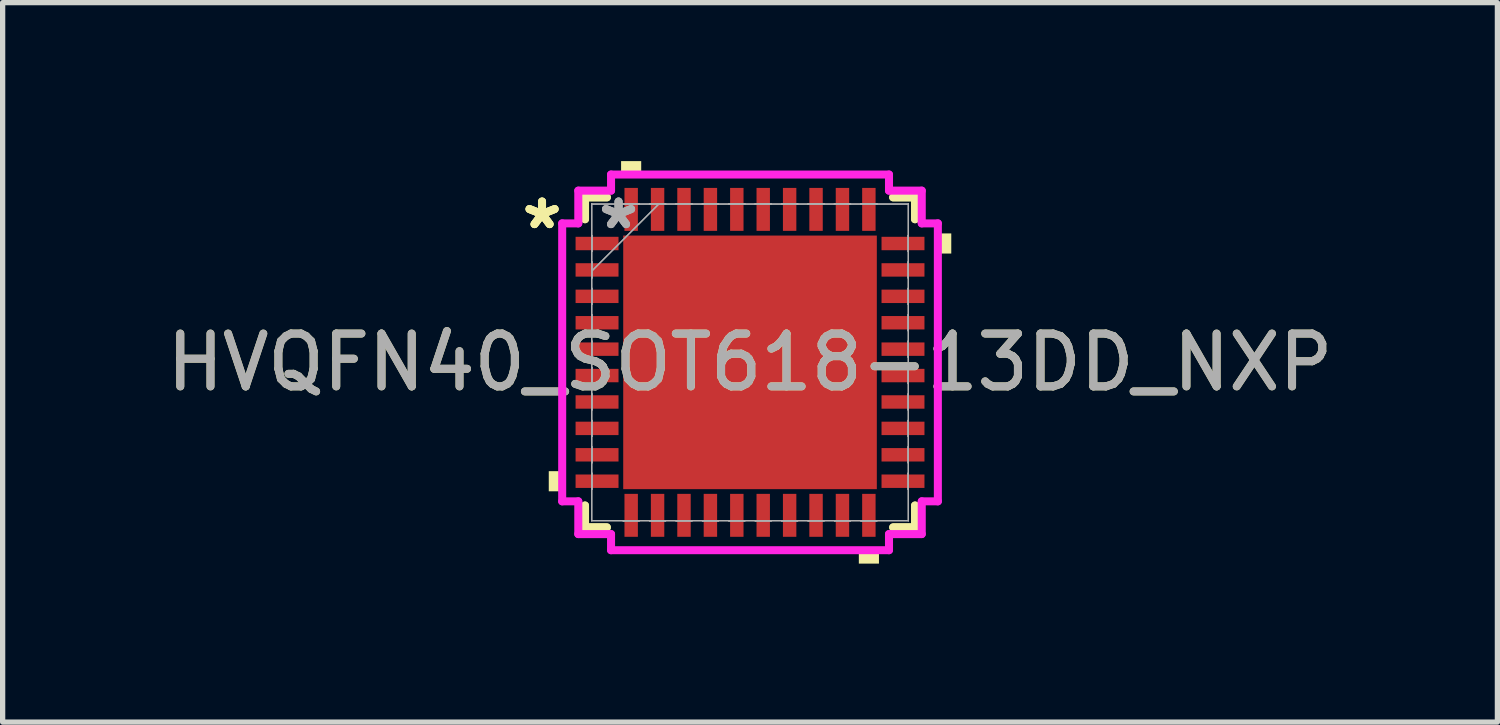
<source format=kicad_pcb>
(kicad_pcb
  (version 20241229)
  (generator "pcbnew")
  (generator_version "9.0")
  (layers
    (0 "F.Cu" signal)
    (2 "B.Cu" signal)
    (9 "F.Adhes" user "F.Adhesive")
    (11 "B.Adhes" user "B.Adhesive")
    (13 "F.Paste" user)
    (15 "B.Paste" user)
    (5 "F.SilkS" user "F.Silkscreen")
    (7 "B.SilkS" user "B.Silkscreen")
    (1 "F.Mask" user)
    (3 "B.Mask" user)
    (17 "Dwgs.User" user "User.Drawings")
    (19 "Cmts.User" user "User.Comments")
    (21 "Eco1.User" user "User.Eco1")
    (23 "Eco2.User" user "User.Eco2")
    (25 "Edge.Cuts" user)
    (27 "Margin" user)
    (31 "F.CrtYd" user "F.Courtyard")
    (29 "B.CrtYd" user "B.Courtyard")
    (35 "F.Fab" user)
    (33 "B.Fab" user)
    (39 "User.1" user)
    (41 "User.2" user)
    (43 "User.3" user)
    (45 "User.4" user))
  (footprint "HVQFN40_SOT618-13DD_NXP"
    (layer "F.Cu")
    (at 11.149 3.81)
    (property "Reference" "HVQFN40_SOT618-13DD_NXP" (at 0 0 0) (unlocked yes) (layer "F.SilkS") (effects (font (size 1 1) (thickness 0.15))))
    (attr smd)
    (fp_line (start -3.124 -3.124) (end -3.124 -2.71) (stroke (width 0.152) (type solid)) (layer "F.SilkS"))
    (fp_line (start -3.124 -3.124) (end -3.124 -2.71) (stroke (width 0.152) (type solid)) (layer "F.SilkS"))
    (fp_line (start -3.124 2.71) (end -3.124 3.124) (stroke (width 0.152) (type solid)) (layer "F.SilkS"))
    (fp_line (start -3.124 2.71) (end -3.124 3.124) (stroke (width 0.152) (type solid)) (layer "F.SilkS"))
    (fp_line (start -3.124 3.124) (end -2.71 3.124) (stroke (width 0.152) (type solid)) (layer "F.SilkS"))
    (fp_line (start -3.124 3.124) (end -2.71 3.124) (stroke (width 0.152) (type solid)) (layer "F.SilkS"))
    (fp_line (start -2.71 -3.124) (end -3.124 -3.124) (stroke (width 0.152) (type solid)) (layer "F.SilkS"))
    (fp_line (start -2.71 -3.124) (end -3.124 -3.124) (stroke (width 0.152) (type solid)) (layer "F.SilkS"))
    (fp_line (start 2.71 3.124) (end 3.124 3.124) (stroke (width 0.152) (type solid)) (layer "F.SilkS"))
    (fp_line (start 2.71 3.124) (end 3.124 3.124) (stroke (width 0.152) (type solid)) (layer "F.SilkS"))
    (fp_line (start 3.124 -3.124) (end 2.71 -3.124) (stroke (width 0.152) (type solid)) (layer "F.SilkS"))
    (fp_line (start 3.124 -3.124) (end 2.71 -3.124) (stroke (width 0.152) (type solid)) (layer "F.SilkS"))
    (fp_line (start 3.124 -2.71) (end 3.124 -3.124) (stroke (width 0.152) (type solid)) (layer "F.SilkS"))
    (fp_line (start 3.124 -2.71) (end 3.124 -3.124) (stroke (width 0.152) (type solid)) (layer "F.SilkS"))
    (fp_line (start 3.124 3.124) (end 3.124 2.71) (stroke (width 0.152) (type solid)) (layer "F.SilkS"))
    (fp_line (start 3.124 3.124) (end 3.124 2.71) (stroke (width 0.152) (type solid)) (layer "F.SilkS"))
    (fp_poly (pts (xy -3.81 2.06) (xy -3.81 2.441) (xy -3.556 2.441) (xy -3.556 2.06)) (stroke (width 0) (type solid)) (fill yes) (layer "F.SilkS"))
    (fp_poly (pts (xy -2.441 -3.556) (xy -2.441 -3.81) (xy -2.06 -3.81) (xy -2.06 -3.556)) (stroke (width 0) (type solid)) (fill yes) (layer "F.SilkS"))
    (fp_poly (pts (xy 2.06 3.556) (xy 2.06 3.81) (xy 2.441 3.81) (xy 2.441 3.556)) (stroke (width 0) (type solid)) (fill yes) (layer "F.SilkS"))
    (fp_poly (pts (xy 3.81 -2.441) (xy 3.81 -2.06) (xy 3.556 -2.06) (xy 3.556 -2.441)) (stroke (width 0) (type solid)) (fill yes) (layer "F.SilkS"))
    (fp_poly (pts (xy -2.3 -2.3) (xy -2.3 -0.9) (xy -0.9 -0.9) (xy -0.9 -2.3)) (stroke (width 0) (type solid)) (fill yes) (layer "F.Paste"))
    (fp_poly (pts (xy -2.3 -0.7) (xy -2.3 0.7) (xy -0.9 0.7) (xy -0.9 -0.7)) (stroke (width 0) (type solid)) (fill yes) (layer "F.Paste"))
    (fp_poly (pts (xy -2.3 0.9) (xy -2.3 2.3) (xy -0.9 2.3) (xy -0.9 0.9)) (stroke (width 0) (type solid)) (fill yes) (layer "F.Paste"))
    (fp_poly (pts (xy -0.7 -2.3) (xy -0.7 -0.9) (xy 0.7 -0.9) (xy 0.7 -2.3)) (stroke (width 0) (type solid)) (fill yes) (layer "F.Paste"))
    (fp_poly (pts (xy -0.7 -0.7) (xy -0.7 0.7) (xy 0.7 0.7) (xy 0.7 -0.7)) (stroke (width 0) (type solid)) (fill yes) (layer "F.Paste"))
    (fp_poly (pts (xy -0.7 0.9) (xy -0.7 2.3) (xy 0.7 2.3) (xy 0.7 0.9)) (stroke (width 0) (type solid)) (fill yes) (layer "F.Paste"))
    (fp_poly (pts (xy 0.9 -2.3) (xy 0.9 -0.9) (xy 2.3 -0.9) (xy 2.3 -2.3)) (stroke (width 0) (type solid)) (fill yes) (layer "F.Paste"))
    (fp_poly (pts (xy 0.9 -0.7) (xy 0.9 0.7) (xy 2.3 0.7) (xy 2.3 -0.7)) (stroke (width 0) (type solid)) (fill yes) (layer "F.Paste"))
    (fp_poly (pts (xy 0.9 0.9) (xy 0.9 2.3) (xy 2.3 2.3) (xy 2.3 0.9)) (stroke (width 0) (type solid)) (fill yes) (layer "F.Paste"))
    (fp_line (start -3.556 -2.631) (end -3.251 -2.631) (stroke (width 0.152) (type solid)) (layer "F.CrtYd"))
    (fp_line (start -3.556 2.631) (end -3.556 -2.631) (stroke (width 0.152) (type solid)) (layer "F.CrtYd"))
    (fp_line (start -3.251 -3.251) (end -2.631 -3.251) (stroke (width 0.152) (type solid)) (layer "F.CrtYd"))
    (fp_line (start -3.251 -2.631) (end -3.251 -3.251) (stroke (width 0.152) (type solid)) (layer "F.CrtYd"))
    (fp_line (start -3.251 2.631) (end -3.556 2.631) (stroke (width 0.152) (type solid)) (layer "F.CrtYd"))
    (fp_line (start -3.251 3.251) (end -3.251 2.631) (stroke (width 0.152) (type solid)) (layer "F.CrtYd"))
    (fp_line (start -2.631 -3.556) (end 2.631 -3.556) (stroke (width 0.152) (type solid)) (layer "F.CrtYd"))
    (fp_line (start -2.631 -3.251) (end -2.631 -3.556) (stroke (width 0.152) (type solid)) (layer "F.CrtYd"))
    (fp_line (start -2.631 3.251) (end -3.251 3.251) (stroke (width 0.152) (type solid)) (layer "F.CrtYd"))
    (fp_line (start -2.631 3.556) (end -2.631 3.251) (stroke (width 0.152) (type solid)) (layer "F.CrtYd"))
    (fp_line (start 2.631 -3.556) (end 2.631 -3.251) (stroke (width 0.152) (type solid)) (layer "F.CrtYd"))
    (fp_line (start 2.631 -3.251) (end 3.251 -3.251) (stroke (width 0.152) (type solid)) (layer "F.CrtYd"))
    (fp_line (start 2.631 3.251) (end 2.631 3.556) (stroke (width 0.152) (type solid)) (layer "F.CrtYd"))
    (fp_line (start 2.631 3.556) (end -2.631 3.556) (stroke (width 0.152) (type solid)) (layer "F.CrtYd"))
    (fp_line (start 3.251 -3.251) (end 3.251 -2.631) (stroke (width 0.152) (type solid)) (layer "F.CrtYd"))
    (fp_line (start 3.251 -2.631) (end 3.556 -2.631) (stroke (width 0.152) (type solid)) (layer "F.CrtYd"))
    (fp_line (start 3.251 2.631) (end 3.251 3.251) (stroke (width 0.152) (type solid)) (layer "F.CrtYd"))
    (fp_line (start 3.251 3.251) (end 2.631 3.251) (stroke (width 0.152) (type solid)) (layer "F.CrtYd"))
    (fp_line (start 3.556 -2.631) (end 3.556 2.631) (stroke (width 0.152) (type solid)) (layer "F.CrtYd"))
    (fp_line (start 3.556 2.631) (end 3.251 2.631) (stroke (width 0.152) (type solid)) (layer "F.CrtYd"))
    (fp_line (start -2.997 -2.997) (end -2.997 -2.997) (stroke (width 0.025) (type solid)) (layer "F.Fab"))
    (fp_line (start -2.997 -2.997) (end -2.997 -2.997) (stroke (width 0.025) (type solid)) (layer "F.Fab"))
    (fp_line (start -2.997 -2.997) (end -2.997 2.997) (stroke (width 0.025) (type solid)) (layer "F.Fab"))
    (fp_line (start -2.997 -2.997) (end -2.997 2.997) (stroke (width 0.025) (type solid)) (layer "F.Fab"))
    (fp_line (start -2.997 -2.402) (end -2.997 -2.402) (stroke (width 0.025) (type solid)) (layer "F.Fab"))
    (fp_line (start -2.997 -2.402) (end -2.997 -2.402) (stroke (width 0.025) (type solid)) (layer "F.Fab"))
    (fp_line (start -2.997 -2.402) (end -2.997 -2.098) (stroke (width 0.025) (type solid)) (layer "F.Fab"))
    (fp_line (start -2.997 -2.402) (end -2.997 -2.098) (stroke (width 0.025) (type solid)) (layer "F.Fab"))
    (fp_line (start -2.997 -2.098) (end -2.997 -2.402) (stroke (width 0.025) (type solid)) (layer "F.Fab"))
    (fp_line (start -2.997 -2.098) (end -2.997 -2.402) (stroke (width 0.025) (type solid)) (layer "F.Fab"))
    (fp_line (start -2.997 -2.098) (end -2.997 -2.098) (stroke (width 0.025) (type solid)) (layer "F.Fab"))
    (fp_line (start -2.997 -2.098) (end -2.997 -2.098) (stroke (width 0.025) (type solid)) (layer "F.Fab"))
    (fp_line (start -2.997 -1.902) (end -2.997 -1.902) (stroke (width 0.025) (type solid)) (layer "F.Fab"))
    (fp_line (start -2.997 -1.902) (end -2.997 -1.902) (stroke (width 0.025) (type solid)) (layer "F.Fab"))
    (fp_line (start -2.997 -1.902) (end -2.997 -1.598) (stroke (width 0.025) (type solid)) (layer "F.Fab"))
    (fp_line (start -2.997 -1.902) (end -2.997 -1.598) (stroke (width 0.025) (type solid)) (layer "F.Fab"))
    (fp_line (start -2.997 -1.727) (end -1.727 -2.997) (stroke (width 0.025) (type solid)) (layer "F.Fab"))
    (fp_line (start -2.997 -1.727) (end -1.727 -2.997) (stroke (width 0.025) (type solid)) (layer "F.Fab"))
    (fp_line (start -2.997 -1.598) (end -2.997 -1.902) (stroke (width 0.025) (type solid)) (layer "F.Fab"))
    (fp_line (start -2.997 -1.598) (end -2.997 -1.902) (stroke (width 0.025) (type solid)) (layer "F.Fab"))
    (fp_line (start -2.997 -1.598) (end -2.997 -1.598) (stroke (width 0.025) (type solid)) (layer "F.Fab"))
    (fp_line (start -2.997 -1.598) (end -2.997 -1.598) (stroke (width 0.025) (type solid)) (layer "F.Fab"))
    (fp_line (start -2.997 -1.402) (end -2.997 -1.402) (stroke (width 0.025) (type solid)) (layer "F.Fab"))
    (fp_line (start -2.997 -1.402) (end -2.997 -1.402) (stroke (width 0.025) (type solid)) (layer "F.Fab"))
    (fp_line (start -2.997 -1.402) (end -2.997 -1.098) (stroke (width 0.025) (type solid)) (layer "F.Fab"))
    (fp_line (start -2.997 -1.402) (end -2.997 -1.098) (stroke (width 0.025) (type solid)) (layer "F.Fab"))
    (fp_line (start -2.997 -1.098) (end -2.997 -1.402) (stroke (width 0.025) (type solid)) (layer "F.Fab"))
    (fp_line (start -2.997 -1.098) (end -2.997 -1.402) (stroke (width 0.025) (type solid)) (layer "F.Fab"))
    (fp_line (start -2.997 -1.098) (end -2.997 -1.098) (stroke (width 0.025) (type solid)) (layer "F.Fab"))
    (fp_line (start -2.997 -1.098) (end -2.997 -1.098) (stroke (width 0.025) (type solid)) (layer "F.Fab"))
    (fp_line (start -2.997 -0.902) (end -2.997 -0.902) (stroke (width 0.025) (type solid)) (layer "F.Fab"))
    (fp_line (start -2.997 -0.902) (end -2.997 -0.902) (stroke (width 0.025) (type solid)) (layer "F.Fab"))
    (fp_line (start -2.997 -0.902) (end -2.997 -0.598) (stroke (width 0.025) (type solid)) (layer "F.Fab"))
    (fp_line (start -2.997 -0.902) (end -2.997 -0.598) (stroke (width 0.025) (type solid)) (layer "F.Fab"))
    (fp_line (start -2.997 -0.598) (end -2.997 -0.902) (stroke (width 0.025) (type solid)) (layer "F.Fab"))
    (fp_line (start -2.997 -0.598) (end -2.997 -0.902) (stroke (width 0.025) (type solid)) (layer "F.Fab"))
    (fp_line (start -2.997 -0.598) (end -2.997 -0.598) (stroke (width 0.025) (type solid)) (layer "F.Fab"))
    (fp_line (start -2.997 -0.598) (end -2.997 -0.598) (stroke (width 0.025) (type solid)) (layer "F.Fab"))
    (fp_line (start -2.997 -0.402) (end -2.997 -0.402) (stroke (width 0.025) (type solid)) (layer "F.Fab"))
    (fp_line (start -2.997 -0.402) (end -2.997 -0.402) (stroke (width 0.025) (type solid)) (layer "F.Fab"))
    (fp_line (start -2.997 -0.402) (end -2.997 -0.098) (stroke (width 0.025) (type solid)) (layer "F.Fab"))
    (fp_line (start -2.997 -0.402) (end -2.997 -0.098) (stroke (width 0.025) (type solid)) (layer "F.Fab"))
    (fp_line (start -2.997 -0.098) (end -2.997 -0.402) (stroke (width 0.025) (type solid)) (layer "F.Fab"))
    (fp_line (start -2.997 -0.098) (end -2.997 -0.402) (stroke (width 0.025) (type solid)) (layer "F.Fab"))
    (fp_line (start -2.997 -0.098) (end -2.997 -0.098) (stroke (width 0.025) (type solid)) (layer "F.Fab"))
    (fp_line (start -2.997 -0.098) (end -2.997 -0.098) (stroke (width 0.025) (type solid)) (layer "F.Fab"))
    (fp_line (start -2.997 0.098) (end -2.997 0.098) (stroke (width 0.025) (type solid)) (layer "F.Fab"))
    (fp_line (start -2.997 0.098) (end -2.997 0.098) (stroke (width 0.025) (type solid)) (layer "F.Fab"))
    (fp_line (start -2.997 0.098) (end -2.997 0.402) (stroke (width 0.025) (type solid)) (layer "F.Fab"))
    (fp_line (start -2.997 0.098) (end -2.997 0.402) (stroke (width 0.025) (type solid)) (layer "F.Fab"))
    (fp_line (start -2.997 0.402) (end -2.997 0.098) (stroke (width 0.025) (type solid)) (layer "F.Fab"))
    (fp_line (start -2.997 0.402) (end -2.997 0.098) (stroke (width 0.025) (type solid)) (layer "F.Fab"))
    (fp_line (start -2.997 0.402) (end -2.997 0.402) (stroke (width 0.025) (type solid)) (layer "F.Fab"))
    (fp_line (start -2.997 0.402) (end -2.997 0.402) (stroke (width 0.025) (type solid)) (layer "F.Fab"))
    (fp_line (start -2.997 0.598) (end -2.997 0.598) (stroke (width 0.025) (type solid)) (layer "F.Fab"))
    (fp_line (start -2.997 0.598) (end -2.997 0.598) (stroke (width 0.025) (type solid)) (layer "F.Fab"))
    (fp_line (start -2.997 0.598) (end -2.997 0.902) (stroke (width 0.025) (type solid)) (layer "F.Fab"))
    (fp_line (start -2.997 0.598) (end -2.997 0.902) (stroke (width 0.025) (type solid)) (layer "F.Fab"))
    (fp_line (start -2.997 0.902) (end -2.997 0.598) (stroke (width 0.025) (type solid)) (layer "F.Fab"))
    (fp_line (start -2.997 0.902) (end -2.997 0.598) (stroke (width 0.025) (type solid)) (layer "F.Fab"))
    (fp_line (start -2.997 0.902) (end -2.997 0.902) (stroke (width 0.025) (type solid)) (layer "F.Fab"))
    (fp_line (start -2.997 0.902) (end -2.997 0.902) (stroke (width 0.025) (type solid)) (layer "F.Fab"))
    (fp_line (start -2.997 1.098) (end -2.997 1.098) (stroke (width 0.025) (type solid)) (layer "F.Fab"))
    (fp_line (start -2.997 1.098) (end -2.997 1.098) (stroke (width 0.025) (type solid)) (layer "F.Fab"))
    (fp_line (start -2.997 1.098) (end -2.997 1.402) (stroke (width 0.025) (type solid)) (layer "F.Fab"))
    (fp_line (start -2.997 1.098) (end -2.997 1.402) (stroke (width 0.025) (type solid)) (layer "F.Fab"))
    (fp_line (start -2.997 1.402) (end -2.997 1.098) (stroke (width 0.025) (type solid)) (layer "F.Fab"))
    (fp_line (start -2.997 1.402) (end -2.997 1.098) (stroke (width 0.025) (type solid)) (layer "F.Fab"))
    (fp_line (start -2.997 1.402) (end -2.997 1.402) (stroke (width 0.025) (type solid)) (layer "F.Fab"))
    (fp_line (start -2.997 1.402) (end -2.997 1.402) (stroke (width 0.025) (type solid)) (layer "F.Fab"))
    (fp_line (start -2.997 1.598) (end -2.997 1.598) (stroke (width 0.025) (type solid)) (layer "F.Fab"))
    (fp_line (start -2.997 1.598) (end -2.997 1.598) (stroke (width 0.025) (type solid)) (layer "F.Fab"))
    (fp_line (start -2.997 1.598) (end -2.997 1.902) (stroke (width 0.025) (type solid)) (layer "F.Fab"))
    (fp_line (start -2.997 1.598) (end -2.997 1.902) (stroke (width 0.025) (type solid)) (layer "F.Fab"))
    (fp_line (start -2.997 1.902) (end -2.997 1.598) (stroke (width 0.025) (type solid)) (layer "F.Fab"))
    (fp_line (start -2.997 1.902) (end -2.997 1.598) (stroke (width 0.025) (type solid)) (layer "F.Fab"))
    (fp_line (start -2.997 1.902) (end -2.997 1.902) (stroke (width 0.025) (type solid)) (layer "F.Fab"))
    (fp_line (start -2.997 1.902) (end -2.997 1.902) (stroke (width 0.025) (type solid)) (layer "F.Fab"))
    (fp_line (start -2.997 2.098) (end -2.997 2.098) (stroke (width 0.025) (type solid)) (layer "F.Fab"))
    (fp_line (start -2.997 2.098) (end -2.997 2.098) (stroke (width 0.025) (type solid)) (layer "F.Fab"))
    (fp_line (start -2.997 2.098) (end -2.997 2.402) (stroke (width 0.025) (type solid)) (layer "F.Fab"))
    (fp_line (start -2.997 2.098) (end -2.997 2.402) (stroke (width 0.025) (type solid)) (layer "F.Fab"))
    (fp_line (start -2.997 2.402) (end -2.997 2.098) (stroke (width 0.025) (type solid)) (layer "F.Fab"))
    (fp_line (start -2.997 2.402) (end -2.997 2.098) (stroke (width 0.025) (type solid)) (layer "F.Fab"))
    (fp_line (start -2.997 2.402) (end -2.997 2.402) (stroke (width 0.025) (type solid)) (layer "F.Fab"))
    (fp_line (start -2.997 2.402) (end -2.997 2.402) (stroke (width 0.025) (type solid)) (layer "F.Fab"))
    (fp_line (start -2.997 2.997) (end -2.997 2.997) (stroke (width 0.025) (type solid)) (layer "F.Fab"))
    (fp_line (start -2.997 2.997) (end -2.997 2.997) (stroke (width 0.025) (type solid)) (layer "F.Fab"))
    (fp_line (start -2.997 2.997) (end 2.997 2.997) (stroke (width 0.025) (type solid)) (layer "F.Fab"))
    (fp_line (start -2.997 2.997) (end 2.997 2.997) (stroke (width 0.025) (type solid)) (layer "F.Fab"))
    (fp_line (start -2.402 -2.997) (end -2.402 -2.997) (stroke (width 0.025) (type solid)) (layer "F.Fab"))
    (fp_line (start -2.402 -2.997) (end -2.402 -2.997) (stroke (width 0.025) (type solid)) (layer "F.Fab"))
    (fp_line (start -2.402 -2.997) (end -2.098 -2.997) (stroke (width 0.025) (type solid)) (layer "F.Fab"))
    (fp_line (start -2.402 -2.997) (end -2.098 -2.997) (stroke (width 0.025) (type solid)) (layer "F.Fab"))
    (fp_line (start -2.402 2.997) (end -2.402 2.997) (stroke (width 0.025) (type solid)) (layer "F.Fab"))
    (fp_line (start -2.402 2.997) (end -2.402 2.997) (stroke (width 0.025) (type solid)) (layer "F.Fab"))
    (fp_line (start -2.402 2.997) (end -2.098 2.997) (stroke (width 0.025) (type solid)) (layer "F.Fab"))
    (fp_line (start -2.402 2.997) (end -2.098 2.997) (stroke (width 0.025) (type solid)) (layer "F.Fab"))
    (fp_line (start -2.098 -2.997) (end -2.402 -2.997) (stroke (width 0.025) (type solid)) (layer "F.Fab"))
    (fp_line (start -2.098 -2.997) (end -2.402 -2.997) (stroke (width 0.025) (type solid)) (layer "F.Fab"))
    (fp_line (start -2.098 -2.997) (end -2.098 -2.997) (stroke (width 0.025) (type solid)) (layer "F.Fab"))
    (fp_line (start -2.098 -2.997) (end -2.098 -2.997) (stroke (width 0.025) (type solid)) (layer "F.Fab"))
    (fp_line (start -2.098 2.997) (end -2.402 2.997) (stroke (width 0.025) (type solid)) (layer "F.Fab"))
    (fp_line (start -2.098 2.997) (end -2.402 2.997) (stroke (width 0.025) (type solid)) (layer "F.Fab"))
    (fp_line (start -2.098 2.997) (end -2.098 2.997) (stroke (width 0.025) (type solid)) (layer "F.Fab"))
    (fp_line (start -2.098 2.997) (end -2.098 2.997) (stroke (width 0.025) (type solid)) (layer "F.Fab"))
    (fp_line (start -1.902 -2.997) (end -1.902 -2.997) (stroke (width 0.025) (type solid)) (layer "F.Fab"))
    (fp_line (start -1.902 -2.997) (end -1.902 -2.997) (stroke (width 0.025) (type solid)) (layer "F.Fab"))
    (fp_line (start -1.902 -2.997) (end -1.598 -2.997) (stroke (width 0.025) (type solid)) (layer "F.Fab"))
    (fp_line (start -1.902 -2.997) (end -1.598 -2.997) (stroke (width 0.025) (type solid)) (layer "F.Fab"))
    (fp_line (start -1.902 2.997) (end -1.902 2.997) (stroke (width 0.025) (type solid)) (layer "F.Fab"))
    (fp_line (start -1.902 2.997) (end -1.902 2.997) (stroke (width 0.025) (type solid)) (layer "F.Fab"))
    (fp_line (start -1.902 2.997) (end -1.598 2.997) (stroke (width 0.025) (type solid)) (layer "F.Fab"))
    (fp_line (start -1.902 2.997) (end -1.598 2.997) (stroke (width 0.025) (type solid)) (layer "F.Fab"))
    (fp_line (start -1.598 -2.997) (end -1.902 -2.997) (stroke (width 0.025) (type solid)) (layer "F.Fab"))
    (fp_line (start -1.598 -2.997) (end -1.902 -2.997) (stroke (width 0.025) (type solid)) (layer "F.Fab"))
    (fp_line (start -1.598 -2.997) (end -1.598 -2.997) (stroke (width 0.025) (type solid)) (layer "F.Fab"))
    (fp_line (start -1.598 -2.997) (end -1.598 -2.997) (stroke (width 0.025) (type solid)) (layer "F.Fab"))
    (fp_line (start -1.598 2.997) (end -1.902 2.997) (stroke (width 0.025) (type solid)) (layer "F.Fab"))
    (fp_line (start -1.598 2.997) (end -1.902 2.997) (stroke (width 0.025) (type solid)) (layer "F.Fab"))
    (fp_line (start -1.598 2.997) (end -1.598 2.997) (stroke (width 0.025) (type solid)) (layer "F.Fab"))
    (fp_line (start -1.598 2.997) (end -1.598 2.997) (stroke (width 0.025) (type solid)) (layer "F.Fab"))
    (fp_line (start -1.402 -2.997) (end -1.402 -2.997) (stroke (width 0.025) (type solid)) (layer "F.Fab"))
    (fp_line (start -1.402 -2.997) (end -1.402 -2.997) (stroke (width 0.025) (type solid)) (layer "F.Fab"))
    (fp_line (start -1.402 -2.997) (end -1.098 -2.997) (stroke (width 0.025) (type solid)) (layer "F.Fab"))
    (fp_line (start -1.402 -2.997) (end -1.098 -2.997) (stroke (width 0.025) (type solid)) (layer "F.Fab"))
    (fp_line (start -1.402 2.997) (end -1.402 2.997) (stroke (width 0.025) (type solid)) (layer "F.Fab"))
    (fp_line (start -1.402 2.997) (end -1.402 2.997) (stroke (width 0.025) (type solid)) (layer "F.Fab"))
    (fp_line (start -1.402 2.997) (end -1.098 2.997) (stroke (width 0.025) (type solid)) (layer "F.Fab"))
    (fp_line (start -1.402 2.997) (end -1.098 2.997) (stroke (width 0.025) (type solid)) (layer "F.Fab"))
    (fp_line (start -1.098 -2.997) (end -1.402 -2.997) (stroke (width 0.025) (type solid)) (layer "F.Fab"))
    (fp_line (start -1.098 -2.997) (end -1.402 -2.997) (stroke (width 0.025) (type solid)) (layer "F.Fab"))
    (fp_line (start -1.098 -2.997) (end -1.098 -2.997) (stroke (width 0.025) (type solid)) (layer "F.Fab"))
    (fp_line (start -1.098 -2.997) (end -1.098 -2.997) (stroke (width 0.025) (type solid)) (layer "F.Fab"))
    (fp_line (start -1.098 2.997) (end -1.402 2.997) (stroke (width 0.025) (type solid)) (layer "F.Fab"))
    (fp_line (start -1.098 2.997) (end -1.402 2.997) (stroke (width 0.025) (type solid)) (layer "F.Fab"))
    (fp_line (start -1.098 2.997) (end -1.098 2.997) (stroke (width 0.025) (type solid)) (layer "F.Fab"))
    (fp_line (start -1.098 2.997) (end -1.098 2.997) (stroke (width 0.025) (type solid)) (layer "F.Fab"))
    (fp_line (start -0.902 -2.997) (end -0.902 -2.997) (stroke (width 0.025) (type solid)) (layer "F.Fab"))
    (fp_line (start -0.902 -2.997) (end -0.902 -2.997) (stroke (width 0.025) (type solid)) (layer "F.Fab"))
    (fp_line (start -0.902 -2.997) (end -0.598 -2.997) (stroke (width 0.025) (type solid)) (layer "F.Fab"))
    (fp_line (start -0.902 -2.997) (end -0.598 -2.997) (stroke (width 0.025) (type solid)) (layer "F.Fab"))
    (fp_line (start -0.902 2.997) (end -0.902 2.997) (stroke (width 0.025) (type solid)) (layer "F.Fab"))
    (fp_line (start -0.902 2.997) (end -0.902 2.997) (stroke (width 0.025) (type solid)) (layer "F.Fab"))
    (fp_line (start -0.902 2.997) (end -0.598 2.997) (stroke (width 0.025) (type solid)) (layer "F.Fab"))
    (fp_line (start -0.902 2.997) (end -0.598 2.997) (stroke (width 0.025) (type solid)) (layer "F.Fab"))
    (fp_line (start -0.598 -2.997) (end -0.902 -2.997) (stroke (width 0.025) (type solid)) (layer "F.Fab"))
    (fp_line (start -0.598 -2.997) (end -0.902 -2.997) (stroke (width 0.025) (type solid)) (layer "F.Fab"))
    (fp_line (start -0.598 -2.997) (end -0.598 -2.997) (stroke (width 0.025) (type solid)) (layer "F.Fab"))
    (fp_line (start -0.598 -2.997) (end -0.598 -2.997) (stroke (width 0.025) (type solid)) (layer "F.Fab"))
    (fp_line (start -0.598 2.997) (end -0.902 2.997) (stroke (width 0.025) (type solid)) (layer "F.Fab"))
    (fp_line (start -0.598 2.997) (end -0.902 2.997) (stroke (width 0.025) (type solid)) (layer "F.Fab"))
    (fp_line (start -0.598 2.997) (end -0.598 2.997) (stroke (width 0.025) (type solid)) (layer "F.Fab"))
    (fp_line (start -0.598 2.997) (end -0.598 2.997) (stroke (width 0.025) (type solid)) (layer "F.Fab"))
    (fp_line (start -0.402 -2.997) (end -0.402 -2.997) (stroke (width 0.025) (type solid)) (layer "F.Fab"))
    (fp_line (start -0.402 -2.997) (end -0.402 -2.997) (stroke (width 0.025) (type solid)) (layer "F.Fab"))
    (fp_line (start -0.402 -2.997) (end -0.098 -2.997) (stroke (width 0.025) (type solid)) (layer "F.Fab"))
    (fp_line (start -0.402 -2.997) (end -0.098 -2.997) (stroke (width 0.025) (type solid)) (layer "F.Fab"))
    (fp_line (start -0.402 2.997) (end -0.402 2.997) (stroke (width 0.025) (type solid)) (layer "F.Fab"))
    (fp_line (start -0.402 2.997) (end -0.402 2.997) (stroke (width 0.025) (type solid)) (layer "F.Fab"))
    (fp_line (start -0.402 2.997) (end -0.098 2.997) (stroke (width 0.025) (type solid)) (layer "F.Fab"))
    (fp_line (start -0.402 2.997) (end -0.098 2.997) (stroke (width 0.025) (type solid)) (layer "F.Fab"))
    (fp_line (start -0.098 -2.997) (end -0.402 -2.997) (stroke (width 0.025) (type solid)) (layer "F.Fab"))
    (fp_line (start -0.098 -2.997) (end -0.402 -2.997) (stroke (width 0.025) (type solid)) (layer "F.Fab"))
    (fp_line (start -0.098 -2.997) (end -0.098 -2.997) (stroke (width 0.025) (type solid)) (layer "F.Fab"))
    (fp_line (start -0.098 -2.997) (end -0.098 -2.997) (stroke (width 0.025) (type solid)) (layer "F.Fab"))
    (fp_line (start -0.098 2.997) (end -0.402 2.997) (stroke (width 0.025) (type solid)) (layer "F.Fab"))
    (fp_line (start -0.098 2.997) (end -0.402 2.997) (stroke (width 0.025) (type solid)) (layer "F.Fab"))
    (fp_line (start -0.098 2.997) (end -0.098 2.997) (stroke (width 0.025) (type solid)) (layer "F.Fab"))
    (fp_line (start -0.098 2.997) (end -0.098 2.997) (stroke (width 0.025) (type solid)) (layer "F.Fab"))
    (fp_line (start 0.098 -2.997) (end 0.098 -2.997) (stroke (width 0.025) (type solid)) (layer "F.Fab"))
    (fp_line (start 0.098 -2.997) (end 0.098 -2.997) (stroke (width 0.025) (type solid)) (layer "F.Fab"))
    (fp_line (start 0.098 -2.997) (end 0.402 -2.997) (stroke (width 0.025) (type solid)) (layer "F.Fab"))
    (fp_line (start 0.098 -2.997) (end 0.402 -2.997) (stroke (width 0.025) (type solid)) (layer "F.Fab"))
    (fp_line (start 0.098 2.997) (end 0.098 2.997) (stroke (width 0.025) (type solid)) (layer "F.Fab"))
    (fp_line (start 0.098 2.997) (end 0.098 2.997) (stroke (width 0.025) (type solid)) (layer "F.Fab"))
    (fp_line (start 0.098 2.997) (end 0.402 2.997) (stroke (width 0.025) (type solid)) (layer "F.Fab"))
    (fp_line (start 0.098 2.997) (end 0.402 2.997) (stroke (width 0.025) (type solid)) (layer "F.Fab"))
    (fp_line (start 0.402 -2.997) (end 0.098 -2.997) (stroke (width 0.025) (type solid)) (layer "F.Fab"))
    (fp_line (start 0.402 -2.997) (end 0.098 -2.997) (stroke (width 0.025) (type solid)) (layer "F.Fab"))
    (fp_line (start 0.402 -2.997) (end 0.402 -2.997) (stroke (width 0.025) (type solid)) (layer "F.Fab"))
    (fp_line (start 0.402 -2.997) (end 0.402 -2.997) (stroke (width 0.025) (type solid)) (layer "F.Fab"))
    (fp_line (start 0.402 2.997) (end 0.098 2.997) (stroke (width 0.025) (type solid)) (layer "F.Fab"))
    (fp_line (start 0.402 2.997) (end 0.098 2.997) (stroke (width 0.025) (type solid)) (layer "F.Fab"))
    (fp_line (start 0.402 2.997) (end 0.402 2.997) (stroke (width 0.025) (type solid)) (layer "F.Fab"))
    (fp_line (start 0.402 2.997) (end 0.402 2.997) (stroke (width 0.025) (type solid)) (layer "F.Fab"))
    (fp_line (start 0.598 -2.997) (end 0.598 -2.997) (stroke (width 0.025) (type solid)) (layer "F.Fab"))
    (fp_line (start 0.598 -2.997) (end 0.598 -2.997) (stroke (width 0.025) (type solid)) (layer "F.Fab"))
    (fp_line (start 0.598 -2.997) (end 0.902 -2.997) (stroke (width 0.025) (type solid)) (layer "F.Fab"))
    (fp_line (start 0.598 -2.997) (end 0.902 -2.997) (stroke (width 0.025) (type solid)) (layer "F.Fab"))
    (fp_line (start 0.598 2.997) (end 0.598 2.997) (stroke (width 0.025) (type solid)) (layer "F.Fab"))
    (fp_line (start 0.598 2.997) (end 0.598 2.997) (stroke (width 0.025) (type solid)) (layer "F.Fab"))
    (fp_line (start 0.598 2.997) (end 0.902 2.997) (stroke (width 0.025) (type solid)) (layer "F.Fab"))
    (fp_line (start 0.598 2.997) (end 0.902 2.997) (stroke (width 0.025) (type solid)) (layer "F.Fab"))
    (fp_line (start 0.902 -2.997) (end 0.598 -2.997) (stroke (width 0.025) (type solid)) (layer "F.Fab"))
    (fp_line (start 0.902 -2.997) (end 0.598 -2.997) (stroke (width 0.025) (type solid)) (layer "F.Fab"))
    (fp_line (start 0.902 -2.997) (end 0.902 -2.997) (stroke (width 0.025) (type solid)) (layer "F.Fab"))
    (fp_line (start 0.902 -2.997) (end 0.902 -2.997) (stroke (width 0.025) (type solid)) (layer "F.Fab"))
    (fp_line (start 0.902 2.997) (end 0.598 2.997) (stroke (width 0.025) (type solid)) (layer "F.Fab"))
    (fp_line (start 0.902 2.997) (end 0.598 2.997) (stroke (width 0.025) (type solid)) (layer "F.Fab"))
    (fp_line (start 0.902 2.997) (end 0.902 2.997) (stroke (width 0.025) (type solid)) (layer "F.Fab"))
    (fp_line (start 0.902 2.997) (end 0.902 2.997) (stroke (width 0.025) (type solid)) (layer "F.Fab"))
    (fp_line (start 1.098 -2.997) (end 1.098 -2.997) (stroke (width 0.025) (type solid)) (layer "F.Fab"))
    (fp_line (start 1.098 -2.997) (end 1.098 -2.997) (stroke (width 0.025) (type solid)) (layer "F.Fab"))
    (fp_line (start 1.098 -2.997) (end 1.402 -2.997) (stroke (width 0.025) (type solid)) (layer "F.Fab"))
    (fp_line (start 1.098 -2.997) (end 1.402 -2.997) (stroke (width 0.025) (type solid)) (layer "F.Fab"))
    (fp_line (start 1.098 2.997) (end 1.098 2.997) (stroke (width 0.025) (type solid)) (layer "F.Fab"))
    (fp_line (start 1.098 2.997) (end 1.098 2.997) (stroke (width 0.025) (type solid)) (layer "F.Fab"))
    (fp_line (start 1.098 2.997) (end 1.402 2.997) (stroke (width 0.025) (type solid)) (layer "F.Fab"))
    (fp_line (start 1.098 2.997) (end 1.402 2.997) (stroke (width 0.025) (type solid)) (layer "F.Fab"))
    (fp_line (start 1.402 -2.997) (end 1.098 -2.997) (stroke (width 0.025) (type solid)) (layer "F.Fab"))
    (fp_line (start 1.402 -2.997) (end 1.098 -2.997) (stroke (width 0.025) (type solid)) (layer "F.Fab"))
    (fp_line (start 1.402 -2.997) (end 1.402 -2.997) (stroke (width 0.025) (type solid)) (layer "F.Fab"))
    (fp_line (start 1.402 -2.997) (end 1.402 -2.997) (stroke (width 0.025) (type solid)) (layer "F.Fab"))
    (fp_line (start 1.402 2.997) (end 1.098 2.997) (stroke (width 0.025) (type solid)) (layer "F.Fab"))
    (fp_line (start 1.402 2.997) (end 1.098 2.997) (stroke (width 0.025) (type solid)) (layer "F.Fab"))
    (fp_line (start 1.402 2.997) (end 1.402 2.997) (stroke (width 0.025) (type solid)) (layer "F.Fab"))
    (fp_line (start 1.402 2.997) (end 1.402 2.997) (stroke (width 0.025) (type solid)) (layer "F.Fab"))
    (fp_line (start 1.598 -2.997) (end 1.598 -2.997) (stroke (width 0.025) (type solid)) (layer "F.Fab"))
    (fp_line (start 1.598 -2.997) (end 1.598 -2.997) (stroke (width 0.025) (type solid)) (layer "F.Fab"))
    (fp_line (start 1.598 -2.997) (end 1.902 -2.997) (stroke (width 0.025) (type solid)) (layer "F.Fab"))
    (fp_line (start 1.598 -2.997) (end 1.902 -2.997) (stroke (width 0.025) (type solid)) (layer "F.Fab"))
    (fp_line (start 1.598 2.997) (end 1.598 2.997) (stroke (width 0.025) (type solid)) (layer "F.Fab"))
    (fp_line (start 1.598 2.997) (end 1.598 2.997) (stroke (width 0.025) (type solid)) (layer "F.Fab"))
    (fp_line (start 1.598 2.997) (end 1.902 2.997) (stroke (width 0.025) (type solid)) (layer "F.Fab"))
    (fp_line (start 1.598 2.997) (end 1.902 2.997) (stroke (width 0.025) (type solid)) (layer "F.Fab"))
    (fp_line (start 1.902 -2.997) (end 1.598 -2.997) (stroke (width 0.025) (type solid)) (layer "F.Fab"))
    (fp_line (start 1.902 -2.997) (end 1.598 -2.997) (stroke (width 0.025) (type solid)) (layer "F.Fab"))
    (fp_line (start 1.902 -2.997) (end 1.902 -2.997) (stroke (width 0.025) (type solid)) (layer "F.Fab"))
    (fp_line (start 1.902 -2.997) (end 1.902 -2.997) (stroke (width 0.025) (type solid)) (layer "F.Fab"))
    (fp_line (start 1.902 2.997) (end 1.598 2.997) (stroke (width 0.025) (type solid)) (layer "F.Fab"))
    (fp_line (start 1.902 2.997) (end 1.598 2.997) (stroke (width 0.025) (type solid)) (layer "F.Fab"))
    (fp_line (start 1.902 2.997) (end 1.902 2.997) (stroke (width 0.025) (type solid)) (layer "F.Fab"))
    (fp_line (start 1.902 2.997) (end 1.902 2.997) (stroke (width 0.025) (type solid)) (layer "F.Fab"))
    (fp_line (start 2.098 -2.997) (end 2.098 -2.997) (stroke (width 0.025) (type solid)) (layer "F.Fab"))
    (fp_line (start 2.098 -2.997) (end 2.098 -2.997) (stroke (width 0.025) (type solid)) (layer "F.Fab"))
    (fp_line (start 2.098 -2.997) (end 2.402 -2.997) (stroke (width 0.025) (type solid)) (layer "F.Fab"))
    (fp_line (start 2.098 -2.997) (end 2.402 -2.997) (stroke (width 0.025) (type solid)) (layer "F.Fab"))
    (fp_line (start 2.098 2.997) (end 2.098 2.997) (stroke (width 0.025) (type solid)) (layer "F.Fab"))
    (fp_line (start 2.098 2.997) (end 2.098 2.997) (stroke (width 0.025) (type solid)) (layer "F.Fab"))
    (fp_line (start 2.098 2.997) (end 2.402 2.997) (stroke (width 0.025) (type solid)) (layer "F.Fab"))
    (fp_line (start 2.098 2.997) (end 2.402 2.997) (stroke (width 0.025) (type solid)) (layer "F.Fab"))
    (fp_line (start 2.402 -2.997) (end 2.098 -2.997) (stroke (width 0.025) (type solid)) (layer "F.Fab"))
    (fp_line (start 2.402 -2.997) (end 2.098 -2.997) (stroke (width 0.025) (type solid)) (layer "F.Fab"))
    (fp_line (start 2.402 -2.997) (end 2.402 -2.997) (stroke (width 0.025) (type solid)) (layer "F.Fab"))
    (fp_line (start 2.402 -2.997) (end 2.402 -2.997) (stroke (width 0.025) (type solid)) (layer "F.Fab"))
    (fp_line (start 2.402 2.997) (end 2.098 2.997) (stroke (width 0.025) (type solid)) (layer "F.Fab"))
    (fp_line (start 2.402 2.997) (end 2.098 2.997) (stroke (width 0.025) (type solid)) (layer "F.Fab"))
    (fp_line (start 2.402 2.997) (end 2.402 2.997) (stroke (width 0.025) (type solid)) (layer "F.Fab"))
    (fp_line (start 2.402 2.997) (end 2.402 2.997) (stroke (width 0.025) (type solid)) (layer "F.Fab"))
    (fp_line (start 2.997 -2.997) (end -2.997 -2.997) (stroke (width 0.025) (type solid)) (layer "F.Fab"))
    (fp_line (start 2.997 -2.997) (end -2.997 -2.997) (stroke (width 0.025) (type solid)) (layer "F.Fab"))
    (fp_line (start 2.997 -2.997) (end 2.997 -2.997) (stroke (width 0.025) (type solid)) (layer "F.Fab"))
    (fp_line (start 2.997 -2.997) (end 2.997 -2.997) (stroke (width 0.025) (type solid)) (layer "F.Fab"))
    (fp_line (start 2.997 -2.402) (end 2.997 -2.402) (stroke (width 0.025) (type solid)) (layer "F.Fab"))
    (fp_line (start 2.997 -2.402) (end 2.997 -2.402) (stroke (width 0.025) (type solid)) (layer "F.Fab"))
    (fp_line (start 2.997 -2.402) (end 2.997 -2.098) (stroke (width 0.025) (type solid)) (layer "F.Fab"))
    (fp_line (start 2.997 -2.402) (end 2.997 -2.098) (stroke (width 0.025) (type solid)) (layer "F.Fab"))
    (fp_line (start 2.997 -2.098) (end 2.997 -2.402) (stroke (width 0.025) (type solid)) (layer "F.Fab"))
    (fp_line (start 2.997 -2.098) (end 2.997 -2.402) (stroke (width 0.025) (type solid)) (layer "F.Fab"))
    (fp_line (start 2.997 -2.098) (end 2.997 -2.098) (stroke (width 0.025) (type solid)) (layer "F.Fab"))
    (fp_line (start 2.997 -2.098) (end 2.997 -2.098) (stroke (width 0.025) (type solid)) (layer "F.Fab"))
    (fp_line (start 2.997 -1.902) (end 2.997 -1.902) (stroke (width 0.025) (type solid)) (layer "F.Fab"))
    (fp_line (start 2.997 -1.902) (end 2.997 -1.902) (stroke (width 0.025) (type solid)) (layer "F.Fab"))
    (fp_line (start 2.997 -1.902) (end 2.997 -1.598) (stroke (width 0.025) (type solid)) (layer "F.Fab"))
    (fp_line (start 2.997 -1.902) (end 2.997 -1.598) (stroke (width 0.025) (type solid)) (layer "F.Fab"))
    (fp_line (start 2.997 -1.598) (end 2.997 -1.902) (stroke (width 0.025) (type solid)) (layer "F.Fab"))
    (fp_line (start 2.997 -1.598) (end 2.997 -1.902) (stroke (width 0.025) (type solid)) (layer "F.Fab"))
    (fp_line (start 2.997 -1.598) (end 2.997 -1.598) (stroke (width 0.025) (type solid)) (layer "F.Fab"))
    (fp_line (start 2.997 -1.598) (end 2.997 -1.598) (stroke (width 0.025) (type solid)) (layer "F.Fab"))
    (fp_line (start 2.997 -1.402) (end 2.997 -1.402) (stroke (width 0.025) (type solid)) (layer "F.Fab"))
    (fp_line (start 2.997 -1.402) (end 2.997 -1.402) (stroke (width 0.025) (type solid)) (layer "F.Fab"))
    (fp_line (start 2.997 -1.402) (end 2.997 -1.098) (stroke (width 0.025) (type solid)) (layer "F.Fab"))
    (fp_line (start 2.997 -1.402) (end 2.997 -1.098) (stroke (width 0.025) (type solid)) (layer "F.Fab"))
    (fp_line (start 2.997 -1.098) (end 2.997 -1.402) (stroke (width 0.025) (type solid)) (layer "F.Fab"))
    (fp_line (start 2.997 -1.098) (end 2.997 -1.402) (stroke (width 0.025) (type solid)) (layer "F.Fab"))
    (fp_line (start 2.997 -1.098) (end 2.997 -1.098) (stroke (width 0.025) (type solid)) (layer "F.Fab"))
    (fp_line (start 2.997 -1.098) (end 2.997 -1.098) (stroke (width 0.025) (type solid)) (layer "F.Fab"))
    (fp_line (start 2.997 -0.902) (end 2.997 -0.902) (stroke (width 0.025) (type solid)) (layer "F.Fab"))
    (fp_line (start 2.997 -0.902) (end 2.997 -0.902) (stroke (width 0.025) (type solid)) (layer "F.Fab"))
    (fp_line (start 2.997 -0.902) (end 2.997 -0.598) (stroke (width 0.025) (type solid)) (layer "F.Fab"))
    (fp_line (start 2.997 -0.902) (end 2.997 -0.598) (stroke (width 0.025) (type solid)) (layer "F.Fab"))
    (fp_line (start 2.997 -0.598) (end 2.997 -0.902) (stroke (width 0.025) (type solid)) (layer "F.Fab"))
    (fp_line (start 2.997 -0.598) (end 2.997 -0.902) (stroke (width 0.025) (type solid)) (layer "F.Fab"))
    (fp_line (start 2.997 -0.598) (end 2.997 -0.598) (stroke (width 0.025) (type solid)) (layer "F.Fab"))
    (fp_line (start 2.997 -0.598) (end 2.997 -0.598) (stroke (width 0.025) (type solid)) (layer "F.Fab"))
    (fp_line (start 2.997 -0.402) (end 2.997 -0.402) (stroke (width 0.025) (type solid)) (layer "F.Fab"))
    (fp_line (start 2.997 -0.402) (end 2.997 -0.402) (stroke (width 0.025) (type solid)) (layer "F.Fab"))
    (fp_line (start 2.997 -0.402) (end 2.997 -0.098) (stroke (width 0.025) (type solid)) (layer "F.Fab"))
    (fp_line (start 2.997 -0.402) (end 2.997 -0.098) (stroke (width 0.025) (type solid)) (layer "F.Fab"))
    (fp_line (start 2.997 -0.098) (end 2.997 -0.402) (stroke (width 0.025) (type solid)) (layer "F.Fab"))
    (fp_line (start 2.997 -0.098) (end 2.997 -0.402) (stroke (width 0.025) (type solid)) (layer "F.Fab"))
    (fp_line (start 2.997 -0.098) (end 2.997 -0.098) (stroke (width 0.025) (type solid)) (layer "F.Fab"))
    (fp_line (start 2.997 -0.098) (end 2.997 -0.098) (stroke (width 0.025) (type solid)) (layer "F.Fab"))
    (fp_line (start 2.997 0.098) (end 2.997 0.098) (stroke (width 0.025) (type solid)) (layer "F.Fab"))
    (fp_line (start 2.997 0.098) (end 2.997 0.098) (stroke (width 0.025) (type solid)) (layer "F.Fab"))
    (fp_line (start 2.997 0.098) (end 2.997 0.402) (stroke (width 0.025) (type solid)) (layer "F.Fab"))
    (fp_line (start 2.997 0.098) (end 2.997 0.402) (stroke (width 0.025) (type solid)) (layer "F.Fab"))
    (fp_line (start 2.997 0.402) (end 2.997 0.098) (stroke (width 0.025) (type solid)) (layer "F.Fab"))
    (fp_line (start 2.997 0.402) (end 2.997 0.098) (stroke (width 0.025) (type solid)) (layer "F.Fab"))
    (fp_line (start 2.997 0.402) (end 2.997 0.402) (stroke (width 0.025) (type solid)) (layer "F.Fab"))
    (fp_line (start 2.997 0.402) (end 2.997 0.402) (stroke (width 0.025) (type solid)) (layer "F.Fab"))
    (fp_line (start 2.997 0.598) (end 2.997 0.598) (stroke (width 0.025) (type solid)) (layer "F.Fab"))
    (fp_line (start 2.997 0.598) (end 2.997 0.598) (stroke (width 0.025) (type solid)) (layer "F.Fab"))
    (fp_line (start 2.997 0.598) (end 2.997 0.902) (stroke (width 0.025) (type solid)) (layer "F.Fab"))
    (fp_line (start 2.997 0.598) (end 2.997 0.902) (stroke (width 0.025) (type solid)) (layer "F.Fab"))
    (fp_line (start 2.997 0.902) (end 2.997 0.598) (stroke (width 0.025) (type solid)) (layer "F.Fab"))
    (fp_line (start 2.997 0.902) (end 2.997 0.598) (stroke (width 0.025) (type solid)) (layer "F.Fab"))
    (fp_line (start 2.997 0.902) (end 2.997 0.902) (stroke (width 0.025) (type solid)) (layer "F.Fab"))
    (fp_line (start 2.997 0.902) (end 2.997 0.902) (stroke (width 0.025) (type solid)) (layer "F.Fab"))
    (fp_line (start 2.997 1.098) (end 2.997 1.098) (stroke (width 0.025) (type solid)) (layer "F.Fab"))
    (fp_line (start 2.997 1.098) (end 2.997 1.098) (stroke (width 0.025) (type solid)) (layer "F.Fab"))
    (fp_line (start 2.997 1.098) (end 2.997 1.402) (stroke (width 0.025) (type solid)) (layer "F.Fab"))
    (fp_line (start 2.997 1.098) (end 2.997 1.402) (stroke (width 0.025) (type solid)) (layer "F.Fab"))
    (fp_line (start 2.997 1.402) (end 2.997 1.098) (stroke (width 0.025) (type solid)) (layer "F.Fab"))
    (fp_line (start 2.997 1.402) (end 2.997 1.098) (stroke (width 0.025) (type solid)) (layer "F.Fab"))
    (fp_line (start 2.997 1.402) (end 2.997 1.402) (stroke (width 0.025) (type solid)) (layer "F.Fab"))
    (fp_line (start 2.997 1.402) (end 2.997 1.402) (stroke (width 0.025) (type solid)) (layer "F.Fab"))
    (fp_line (start 2.997 1.598) (end 2.997 1.598) (stroke (width 0.025) (type solid)) (layer "F.Fab"))
    (fp_line (start 2.997 1.598) (end 2.997 1.598) (stroke (width 0.025) (type solid)) (layer "F.Fab"))
    (fp_line (start 2.997 1.598) (end 2.997 1.902) (stroke (width 0.025) (type solid)) (layer "F.Fab"))
    (fp_line (start 2.997 1.598) (end 2.997 1.902) (stroke (width 0.025) (type solid)) (layer "F.Fab"))
    (fp_line (start 2.997 1.902) (end 2.997 1.598) (stroke (width 0.025) (type solid)) (layer "F.Fab"))
    (fp_line (start 2.997 1.902) (end 2.997 1.598) (stroke (width 0.025) (type solid)) (layer "F.Fab"))
    (fp_line (start 2.997 1.902) (end 2.997 1.902) (stroke (width 0.025) (type solid)) (layer "F.Fab"))
    (fp_line (start 2.997 1.902) (end 2.997 1.902) (stroke (width 0.025) (type solid)) (layer "F.Fab"))
    (fp_line (start 2.997 2.098) (end 2.997 2.098) (stroke (width 0.025) (type solid)) (layer "F.Fab"))
    (fp_line (start 2.997 2.098) (end 2.997 2.098) (stroke (width 0.025) (type solid)) (layer "F.Fab"))
    (fp_line (start 2.997 2.098) (end 2.997 2.402) (stroke (width 0.025) (type solid)) (layer "F.Fab"))
    (fp_line (start 2.997 2.098) (end 2.997 2.402) (stroke (width 0.025) (type solid)) (layer "F.Fab"))
    (fp_line (start 2.997 2.402) (end 2.997 2.098) (stroke (width 0.025) (type solid)) (layer "F.Fab"))
    (fp_line (start 2.997 2.402) (end 2.997 2.098) (stroke (width 0.025) (type solid)) (layer "F.Fab"))
    (fp_line (start 2.997 2.402) (end 2.997 2.402) (stroke (width 0.025) (type solid)) (layer "F.Fab"))
    (fp_line (start 2.997 2.402) (end 2.997 2.402) (stroke (width 0.025) (type solid)) (layer "F.Fab"))
    (fp_line (start 2.997 2.997) (end 2.997 -2.997) (stroke (width 0.025) (type solid)) (layer "F.Fab"))
    (fp_line (start 2.997 2.997) (end 2.997 -2.997) (stroke (width 0.025) (type solid)) (layer "F.Fab"))
    (fp_line (start 2.997 2.997) (end 2.997 2.997) (stroke (width 0.025) (type solid)) (layer "F.Fab"))
    (fp_line (start 2.997 2.997) (end 2.997 2.997) (stroke (width 0.025) (type solid)) (layer "F.Fab"))
    (fp_text user "*" (at -3.937 -2.5 0) (layer "F.SilkS") (effects (font (size 1 1) (thickness 0.15))))
    (fp_text user "*" (at -3.937 -2.5 0) (unlocked yes) (layer "F.SilkS") (effects (font (size 1 1) (thickness 0.15))))
    (fp_text user "*" (at -3.937 -2.5 0) (unlocked yes) (layer "F.SilkS") (effects (font (size 1 1) (thickness 0.15))))
    (fp_text user "${REFERENCE}" (at 0 0 0) (unlocked yes) (layer "F.Fab") (effects (font (size 1 1) (thickness 0.15))))
    (fp_text user "*" (at -2.489 -2.5 0) (unlocked yes) (layer "F.Fab") (effects (font (size 1 1) (thickness 0.15))))
    (fp_text user "*" (at -2.489 -2.5 0) (layer "F.Fab") (effects (font (size 1 1) (thickness 0.15))))
    (fp_text user "*" (at -2.489 -2.5 0) (unlocked yes) (layer "F.Fab") (effects (font (size 1 1) (thickness 0.15))))
    (pad "1" smd rect (at -2.896 -2.25 90) (size 0.254 0.813) (layers "F.Cu" "F.Mask" "F.Paste"))
    (pad "2" smd rect (at -2.896 -1.75 90) (size 0.254 0.813) (layers "F.Cu" "F.Mask" "F.Paste"))
    (pad "3" smd rect (at -2.896 -1.25 90) (size 0.254 0.813) (layers "F.Cu" "F.Mask" "F.Paste"))
    (pad "4" smd rect (at -2.896 -0.75 90) (size 0.254 0.813) (layers "F.Cu" "F.Mask" "F.Paste"))
    (pad "5" smd rect (at -2.896 -0.25 90) (size 0.254 0.813) (layers "F.Cu" "F.Mask" "F.Paste"))
    (pad "6" smd rect (at -2.896 0.25 90) (size 0.254 0.813) (layers "F.Cu" "F.Mask" "F.Paste"))
    (pad "7" smd rect (at -2.896 0.75 90) (size 0.254 0.813) (layers "F.Cu" "F.Mask" "F.Paste"))
    (pad "8" smd rect (at -2.896 1.25 90) (size 0.254 0.813) (layers "F.Cu" "F.Mask" "F.Paste"))
    (pad "9" smd rect (at -2.896 1.75 90) (size 0.254 0.813) (layers "F.Cu" "F.Mask" "F.Paste"))
    (pad "10" smd rect (at -2.896 2.25 90) (size 0.254 0.813) (layers "F.Cu" "F.Mask" "F.Paste"))
    (pad "11" smd rect (at -2.25 2.896) (size 0.254 0.813) (layers "F.Cu" "F.Mask" "F.Paste"))
    (pad "12" smd rect (at -1.75 2.896) (size 0.254 0.813) (layers "F.Cu" "F.Mask" "F.Paste"))
    (pad "13" smd rect (at -1.25 2.896) (size 0.254 0.813) (layers "F.Cu" "F.Mask" "F.Paste"))
    (pad "14" smd rect (at -0.75 2.896) (size 0.254 0.813) (layers "F.Cu" "F.Mask" "F.Paste"))
    (pad "15" smd rect (at -0.25 2.896) (size 0.254 0.813) (layers "F.Cu" "F.Mask" "F.Paste"))
    (pad "16" smd rect (at 0.25 2.896) (size 0.254 0.813) (layers "F.Cu" "F.Mask" "F.Paste"))
    (pad "17" smd rect (at 0.75 2.896) (size 0.254 0.813) (layers "F.Cu" "F.Mask" "F.Paste"))
    (pad "18" smd rect (at 1.25 2.896) (size 0.254 0.813) (layers "F.Cu" "F.Mask" "F.Paste"))
    (pad "19" smd rect (at 1.75 2.896) (size 0.254 0.813) (layers "F.Cu" "F.Mask" "F.Paste"))
    (pad "20" smd rect (at 2.25 2.896) (size 0.254 0.813) (layers "F.Cu" "F.Mask" "F.Paste"))
    (pad "21" smd rect (at 2.896 2.25 90) (size 0.254 0.813) (layers "F.Cu" "F.Mask" "F.Paste"))
    (pad "22" smd rect (at 2.896 1.75 90) (size 0.254 0.813) (layers "F.Cu" "F.Mask" "F.Paste"))
    (pad "23" smd rect (at 2.896 1.25 90) (size 0.254 0.813) (layers "F.Cu" "F.Mask" "F.Paste"))
    (pad "24" smd rect (at 2.896 0.75 90) (size 0.254 0.813) (layers "F.Cu" "F.Mask" "F.Paste"))
    (pad "25" smd rect (at 2.896 0.25 90) (size 0.254 0.813) (layers "F.Cu" "F.Mask" "F.Paste"))
    (pad "26" smd rect (at 2.896 -0.25 90) (size 0.254 0.813) (layers "F.Cu" "F.Mask" "F.Paste"))
    (pad "27" smd rect (at 2.896 -0.75 90) (size 0.254 0.813) (layers "F.Cu" "F.Mask" "F.Paste"))
    (pad "28" smd rect (at 2.896 -1.25 90) (size 0.254 0.813) (layers "F.Cu" "F.Mask" "F.Paste"))
    (pad "29" smd rect (at 2.896 -1.75 90) (size 0.254 0.813) (layers "F.Cu" "F.Mask" "F.Paste"))
    (pad "30" smd rect (at 2.896 -2.25 90) (size 0.254 0.813) (layers "F.Cu" "F.Mask" "F.Paste"))
    (pad "31" smd rect (at 2.25 -2.896) (size 0.254 0.813) (layers "F.Cu" "F.Mask" "F.Paste"))
    (pad "32" smd rect (at 1.75 -2.896) (size 0.254 0.813) (layers "F.Cu" "F.Mask" "F.Paste"))
    (pad "33" smd rect (at 1.25 -2.896) (size 0.254 0.813) (layers "F.Cu" "F.Mask" "F.Paste"))
    (pad "34" smd rect (at 0.75 -2.896) (size 0.254 0.813) (layers "F.Cu" "F.Mask" "F.Paste"))
    (pad "35" smd rect (at 0.25 -2.896) (size 0.254 0.813) (layers "F.Cu" "F.Mask" "F.Paste"))
    (pad "36" smd rect (at -0.25 -2.896) (size 0.254 0.813) (layers "F.Cu" "F.Mask" "F.Paste"))
    (pad "37" smd rect (at -0.75 -2.896) (size 0.254 0.813) (layers "F.Cu" "F.Mask" "F.Paste"))
    (pad "38" smd rect (at -1.25 -2.896) (size 0.254 0.813) (layers "F.Cu" "F.Mask" "F.Paste"))
    (pad "39" smd rect (at -1.75 -2.896) (size 0.254 0.813) (layers "F.Cu" "F.Mask" "F.Paste"))
    (pad "40" smd rect (at -2.25 -2.896) (size 0.254 0.813) (layers "F.Cu" "F.Mask" "F.Paste"))
    (pad "41" smd rect (at 0 0) (size 4.801 4.801) (layers "F.Cu" "F.Mask")))
  (gr_rect
    (start -3 -3)
    (end 25.298 10.62)
    (stroke (width 0.1) (type default))
    (fill no)
    (layer "Edge.Cuts")))
</source>
